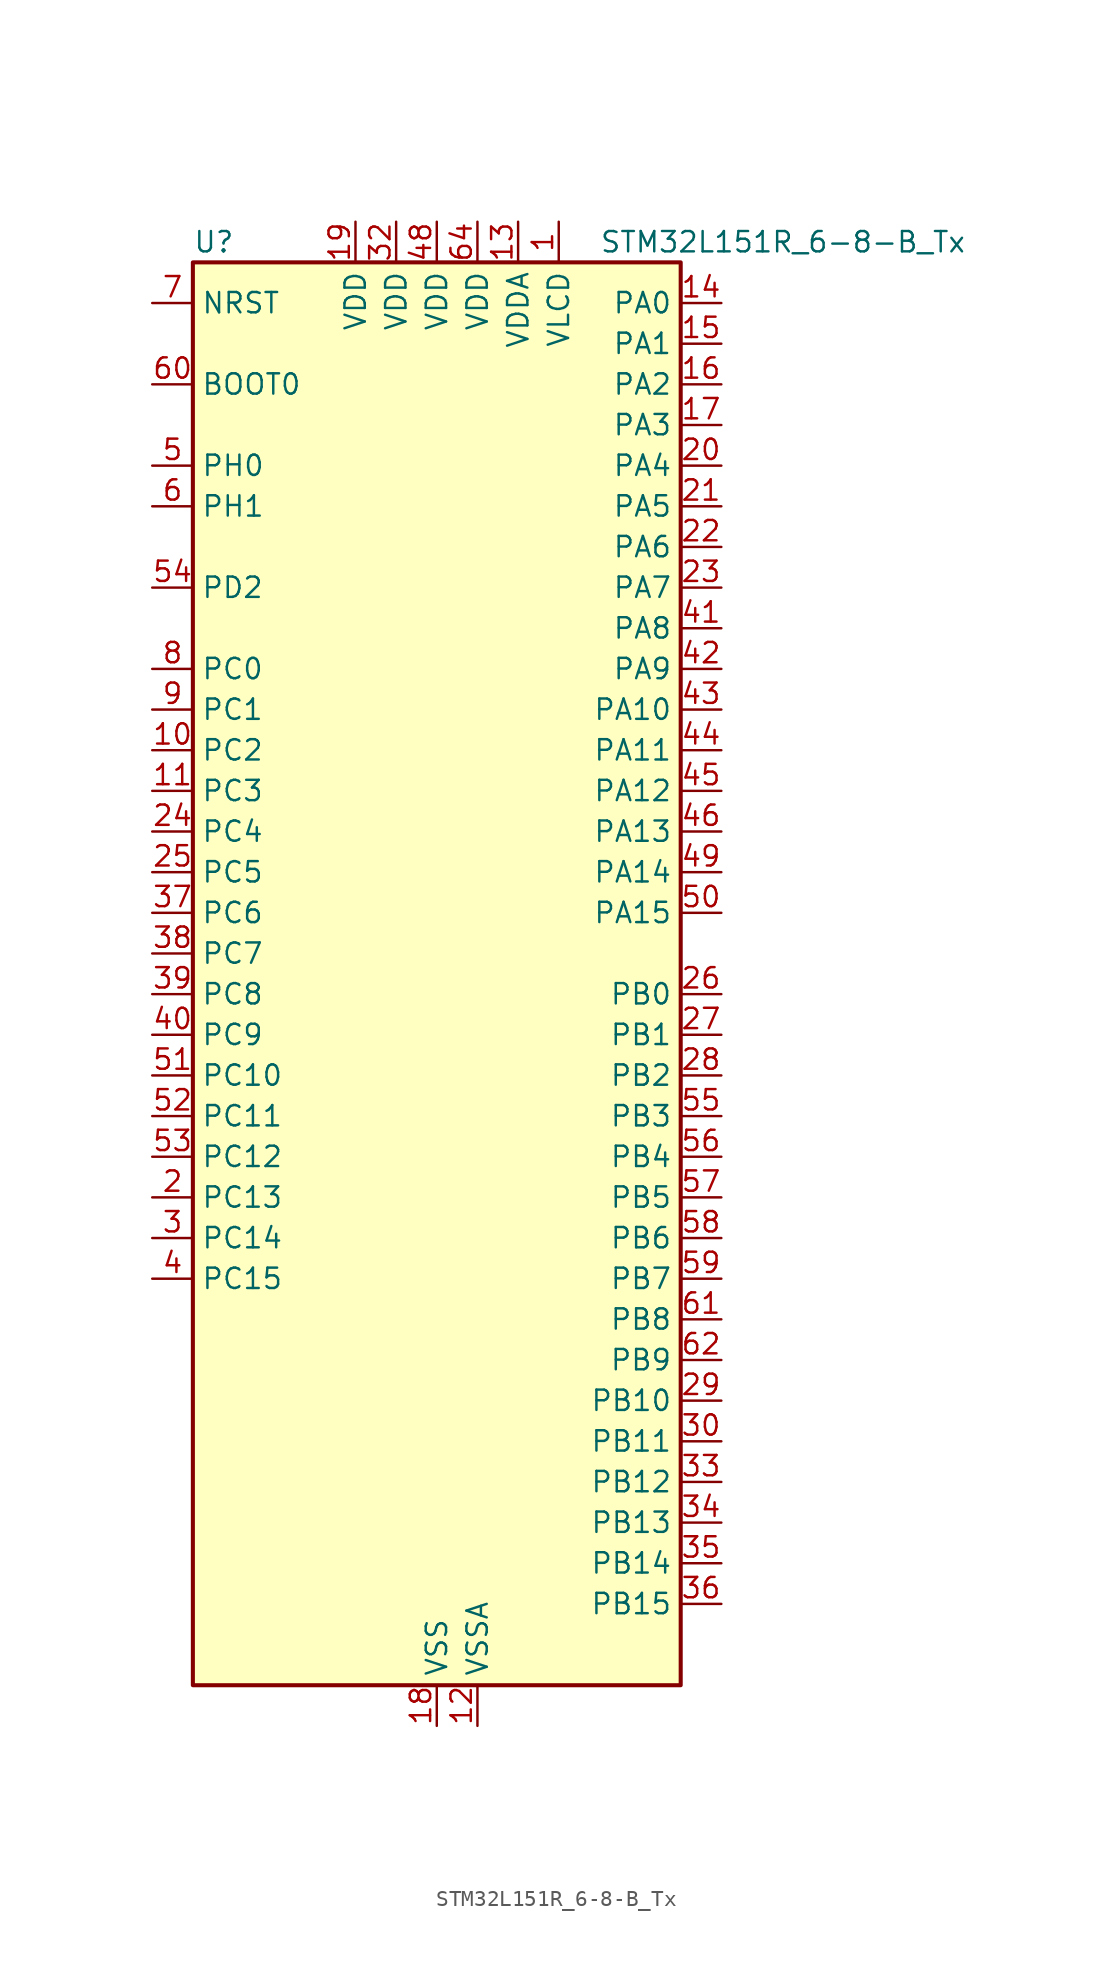
<source format=kicad_sym>
(kicad_symbol_lib
  (version 20231120)
  (generator "kicad-library-utils")
  (generator_version "8.0")
  (symbol "STM32L151R_6-8-B_Tx"
    (property "Reference" "U"
      (at -15.24 46.99 0)
      (effects (font (size 1.27 1.27)) (justify left)))
    (property "Value" "STM32L151R_6-8-B_Tx"
      (at 10.16 46.99 0)
      (effects (font (size 1.27 1.27)) (justify left)))
    (symbol "STM32L151R_6-8-B_Tx_0_1"
      (rectangle (start -15.24 -43.18) (end 15.24 45.72) (stroke (width 0.254) (type default)) (fill (type background))))
    (symbol "STM32L151R_6-8-B_Tx_1_1"
      (pin power_in line (at 7.62 48.26 270) (length 2.54) (name "VLCD" (effects (font (size 1.27 1.27)))) (number "1" (effects (font (size 1.27 1.27)))))
      (pin bidirectional line (at -17.78 15.24 0) (length 2.54) (name "PC2" (effects (font (size 1.27 1.27)))) (number "10" (effects (font (size 1.27 1.27)))) (alternate "ADC_IN12" bidirectional line) (alternate "COMP1_INP" bidirectional line) (alternate "TIMX_IC3" bidirectional line) (alternate "TS_G8_IO3" bidirectional line))
      (pin bidirectional line (at -17.78 12.7 0) (length 2.54) (name "PC3" (effects (font (size 1.27 1.27)))) (number "11" (effects (font (size 1.27 1.27)))) (alternate "ADC_IN13" bidirectional line) (alternate "COMP1_INP" bidirectional line) (alternate "TIMX_IC4" bidirectional line) (alternate "TS_G8_IO4" bidirectional line))
      (pin power_in line (at 2.54 -45.72 90) (length 2.54) (name "VSSA" (effects (font (size 1.27 1.27)))) (number "12" (effects (font (size 1.27 1.27)))))
      (pin power_in line (at 5.08 48.26 270) (length 2.54) (name "VDDA" (effects (font (size 1.27 1.27)))) (number "13" (effects (font (size 1.27 1.27)))))
      (pin bidirectional line (at 17.78 43.18 180) (length 2.54) (name "PA0" (effects (font (size 1.27 1.27)))) (number "14" (effects (font (size 1.27 1.27)))) (alternate "ADC_IN0" bidirectional line) (alternate "COMP1_INP" bidirectional line) (alternate "SYS_WKUP1" bidirectional line) (alternate "TIM2_CH1" bidirectional line) (alternate "TIM2_ETR" bidirectional line) (alternate "TIMX_IC1" bidirectional line) (alternate "TS_G1_IO1" bidirectional line) (alternate "USART2_CTS" bidirectional line))
      (pin bidirectional line (at 17.78 40.64 180) (length 2.54) (name "PA1" (effects (font (size 1.27 1.27)))) (number "15" (effects (font (size 1.27 1.27)))) (alternate "ADC_IN1" bidirectional line) (alternate "COMP1_INP" bidirectional line) (alternate "TIM2_CH2" bidirectional line) (alternate "TIMX_IC2" bidirectional line) (alternate "TS_G1_IO2" bidirectional line) (alternate "USART2_RTS" bidirectional line))
      (pin bidirectional line (at 17.78 38.1 180) (length 2.54) (name "PA2" (effects (font (size 1.27 1.27)))) (number "16" (effects (font (size 1.27 1.27)))) (alternate "ADC_IN2" bidirectional line) (alternate "COMP1_INP" bidirectional line) (alternate "TIM2_CH3" bidirectional line) (alternate "TIM9_CH1" bidirectional line) (alternate "TIMX_IC3" bidirectional line) (alternate "TS_G1_IO3" bidirectional line) (alternate "USART2_TX" bidirectional line))
      (pin bidirectional line (at 17.78 35.56 180) (length 2.54) (name "PA3" (effects (font (size 1.27 1.27)))) (number "17" (effects (font (size 1.27 1.27)))) (alternate "ADC_IN3" bidirectional line) (alternate "COMP1_INP" bidirectional line) (alternate "TIM2_CH4" bidirectional line) (alternate "TIM9_CH2" bidirectional line) (alternate "TIMX_IC4" bidirectional line) (alternate "TS_G1_IO4" bidirectional line) (alternate "USART2_RX" bidirectional line))
      (pin power_in line (at 0 -45.72 90) (length 2.54) (name "VSS" (effects (font (size 1.27 1.27)))) (number "18" (effects (font (size 1.27 1.27)))))
      (pin power_in line (at -5.08 48.26 270) (length 2.54) (name "VDD" (effects (font (size 1.27 1.27)))) (number "19" (effects (font (size 1.27 1.27)))))
      (pin bidirectional line (at -17.78 -12.7 0) (length 2.54) (name "PC13" (effects (font (size 1.27 1.27)))) (number "2" (effects (font (size 1.27 1.27)))) (alternate "RTC_OUT_ALARM" bidirectional line) (alternate "RTC_OUT_CALIB" bidirectional line) (alternate "RTC_TAMP1" bidirectional line) (alternate "RTC_TS" bidirectional line) (alternate "SYS_WKUP2" bidirectional line) (alternate "TIMX_IC2" bidirectional line))
      (pin bidirectional line (at 17.78 33.02 180) (length 2.54) (name "PA4" (effects (font (size 1.27 1.27)))) (number "20" (effects (font (size 1.27 1.27)))) (alternate "ADC_IN4" bidirectional line) (alternate "COMP1_INP" bidirectional line) (alternate "DAC_OUT1" bidirectional line) (alternate "SPI1_NSS" bidirectional line) (alternate "TIMX_IC1" bidirectional line) (alternate "USART2_CK" bidirectional line))
      (pin bidirectional line (at 17.78 30.48 180) (length 2.54) (name "PA5" (effects (font (size 1.27 1.27)))) (number "21" (effects (font (size 1.27 1.27)))) (alternate "ADC_IN5" bidirectional line) (alternate "COMP1_INP" bidirectional line) (alternate "DAC_OUT2" bidirectional line) (alternate "SPI1_SCK" bidirectional line) (alternate "TIM2_CH1" bidirectional line) (alternate "TIM2_ETR" bidirectional line) (alternate "TIMX_IC2" bidirectional line))
      (pin bidirectional line (at 17.78 27.94 180) (length 2.54) (name "PA6" (effects (font (size 1.27 1.27)))) (number "22" (effects (font (size 1.27 1.27)))) (alternate "ADC_IN6" bidirectional line) (alternate "COMP1_INP" bidirectional line) (alternate "SPI1_MISO" bidirectional line) (alternate "TIM10_CH1" bidirectional line) (alternate "TIM3_CH1" bidirectional line) (alternate "TIMX_IC3" bidirectional line) (alternate "TS_G2_IO1" bidirectional line))
      (pin bidirectional line (at 17.78 25.4 180) (length 2.54) (name "PA7" (effects (font (size 1.27 1.27)))) (number "23" (effects (font (size 1.27 1.27)))) (alternate "ADC_IN7" bidirectional line) (alternate "COMP1_INP" bidirectional line) (alternate "SPI1_MOSI" bidirectional line) (alternate "TIM11_CH1" bidirectional line) (alternate "TIM3_CH2" bidirectional line) (alternate "TIMX_IC4" bidirectional line) (alternate "TS_G2_IO2" bidirectional line))
      (pin bidirectional line (at -17.78 10.16 0) (length 2.54) (name "PC4" (effects (font (size 1.27 1.27)))) (number "24" (effects (font (size 1.27 1.27)))) (alternate "ADC_IN14" bidirectional line) (alternate "COMP1_INP" bidirectional line) (alternate "TIMX_IC1" bidirectional line) (alternate "TS_G9_IO1" bidirectional line))
      (pin bidirectional line (at -17.78 7.62 0) (length 2.54) (name "PC5" (effects (font (size 1.27 1.27)))) (number "25" (effects (font (size 1.27 1.27)))) (alternate "ADC_IN15" bidirectional line) (alternate "COMP1_INP" bidirectional line) (alternate "TIMX_IC2" bidirectional line) (alternate "TS_G9_IO2" bidirectional line))
      (pin bidirectional line (at 17.78 0 180) (length 2.54) (name "PB0" (effects (font (size 1.27 1.27)))) (number "26" (effects (font (size 1.27 1.27)))) (alternate "ADC_IN8" bidirectional line) (alternate "COMP1_INP" bidirectional line) (alternate "SYS_V_REF_OUT" bidirectional line) (alternate "TIM3_CH3" bidirectional line) (alternate "TS_G3_IO1" bidirectional line))
      (pin bidirectional line (at 17.78 -2.54 180) (length 2.54) (name "PB1" (effects (font (size 1.27 1.27)))) (number "27" (effects (font (size 1.27 1.27)))) (alternate "ADC_IN9" bidirectional line) (alternate "COMP1_INP" bidirectional line) (alternate "SYS_V_REF_OUT" bidirectional line) (alternate "TIM3_CH4" bidirectional line) (alternate "TS_G3_IO2" bidirectional line))
      (pin bidirectional line (at 17.78 -5.08 180) (length 2.54) (name "PB2" (effects (font (size 1.27 1.27)))) (number "28" (effects (font (size 1.27 1.27)))))
      (pin bidirectional line (at 17.78 -25.4 180) (length 2.54) (name "PB10" (effects (font (size 1.27 1.27)))) (number "29" (effects (font (size 1.27 1.27)))) (alternate "I2C2_SCL" bidirectional line) (alternate "TIM2_CH3" bidirectional line) (alternate "USART3_TX" bidirectional line))
      (pin bidirectional line (at -17.78 -15.24 0) (length 2.54) (name "PC14" (effects (font (size 1.27 1.27)))) (number "3" (effects (font (size 1.27 1.27)))) (alternate "RCC_OSC32_IN" bidirectional line) (alternate "TIMX_IC3" bidirectional line))
      (pin bidirectional line (at 17.78 -27.94 180) (length 2.54) (name "PB11" (effects (font (size 1.27 1.27)))) (number "30" (effects (font (size 1.27 1.27)))) (alternate "ADC_EXTI11" bidirectional line) (alternate "I2C2_SDA" bidirectional line) (alternate "TIM2_CH4" bidirectional line) (alternate "USART3_RX" bidirectional line))
      (pin passive line (at 0 -45.72 90) (length 2.54) hide (name "VSS" (effects (font (size 1.27 1.27)))) (number "31" (effects (font (size 1.27 1.27)))))
      (pin power_in line (at -2.54 48.26 270) (length 2.54) (name "VDD" (effects (font (size 1.27 1.27)))) (number "32" (effects (font (size 1.27 1.27)))))
      (pin bidirectional line (at 17.78 -30.48 180) (length 2.54) (name "PB12" (effects (font (size 1.27 1.27)))) (number "33" (effects (font (size 1.27 1.27)))) (alternate "ADC_IN18" bidirectional line) (alternate "COMP1_INP" bidirectional line) (alternate "I2C2_SMBA" bidirectional line) (alternate "SPI2_NSS" bidirectional line) (alternate "TIM10_CH1" bidirectional line) (alternate "TS_G7_IO1" bidirectional line) (alternate "USART3_CK" bidirectional line))
      (pin bidirectional line (at 17.78 -33.02 180) (length 2.54) (name "PB13" (effects (font (size 1.27 1.27)))) (number "34" (effects (font (size 1.27 1.27)))) (alternate "ADC_IN19" bidirectional line) (alternate "COMP1_INP" bidirectional line) (alternate "SPI2_SCK" bidirectional line) (alternate "TIM9_CH1" bidirectional line) (alternate "TS_G7_IO2" bidirectional line) (alternate "USART3_CTS" bidirectional line))
      (pin bidirectional line (at 17.78 -35.56 180) (length 2.54) (name "PB14" (effects (font (size 1.27 1.27)))) (number "35" (effects (font (size 1.27 1.27)))) (alternate "ADC_IN20" bidirectional line) (alternate "COMP1_INP" bidirectional line) (alternate "SPI2_MISO" bidirectional line) (alternate "TIM9_CH2" bidirectional line) (alternate "TS_G7_IO3" bidirectional line) (alternate "USART3_RTS" bidirectional line))
      (pin bidirectional line (at 17.78 -38.1 180) (length 2.54) (name "PB15" (effects (font (size 1.27 1.27)))) (number "36" (effects (font (size 1.27 1.27)))) (alternate "ADC_EXTI15" bidirectional line) (alternate "ADC_IN21" bidirectional line) (alternate "COMP1_INP" bidirectional line) (alternate "RTC_REFIN" bidirectional line) (alternate "SPI2_MOSI" bidirectional line) (alternate "TIM11_CH1" bidirectional line) (alternate "TS_G7_IO4" bidirectional line))
      (pin bidirectional line (at -17.78 5.08 0) (length 2.54) (name "PC6" (effects (font (size 1.27 1.27)))) (number "37" (effects (font (size 1.27 1.27)))) (alternate "TIM3_CH1" bidirectional line) (alternate "TIMX_IC3" bidirectional line) (alternate "TS_G10_IO1" bidirectional line))
      (pin bidirectional line (at -17.78 2.54 0) (length 2.54) (name "PC7" (effects (font (size 1.27 1.27)))) (number "38" (effects (font (size 1.27 1.27)))) (alternate "TIM3_CH2" bidirectional line) (alternate "TIMX_IC4" bidirectional line) (alternate "TS_G10_IO2" bidirectional line))
      (pin bidirectional line (at -17.78 0 0) (length 2.54) (name "PC8" (effects (font (size 1.27 1.27)))) (number "39" (effects (font (size 1.27 1.27)))) (alternate "TIM3_CH3" bidirectional line) (alternate "TIMX_IC1" bidirectional line) (alternate "TS_G10_IO3" bidirectional line))
      (pin bidirectional line (at -17.78 -17.78 0) (length 2.54) (name "PC15" (effects (font (size 1.27 1.27)))) (number "4" (effects (font (size 1.27 1.27)))) (alternate "ADC_EXTI15" bidirectional line) (alternate "RCC_OSC32_OUT" bidirectional line) (alternate "TIMX_IC4" bidirectional line))
      (pin bidirectional line (at -17.78 -2.54 0) (length 2.54) (name "PC9" (effects (font (size 1.27 1.27)))) (number "40" (effects (font (size 1.27 1.27)))) (alternate "DAC_EXTI9" bidirectional line) (alternate "TIM3_CH4" bidirectional line) (alternate "TIMX_IC2" bidirectional line) (alternate "TS_G10_IO4" bidirectional line))
      (pin bidirectional line (at 17.78 22.86 180) (length 2.54) (name "PA8" (effects (font (size 1.27 1.27)))) (number "41" (effects (font (size 1.27 1.27)))) (alternate "RCC_MCO" bidirectional line) (alternate "TIMX_IC1" bidirectional line) (alternate "TS_G4_IO1" bidirectional line) (alternate "USART1_CK" bidirectional line))
      (pin bidirectional line (at 17.78 20.32 180) (length 2.54) (name "PA9" (effects (font (size 1.27 1.27)))) (number "42" (effects (font (size 1.27 1.27)))) (alternate "DAC_EXTI9" bidirectional line) (alternate "TIMX_IC2" bidirectional line) (alternate "TS_G4_IO2" bidirectional line) (alternate "USART1_TX" bidirectional line))
      (pin bidirectional line (at 17.78 17.78 180) (length 2.54) (name "PA10" (effects (font (size 1.27 1.27)))) (number "43" (effects (font (size 1.27 1.27)))) (alternate "TIMX_IC3" bidirectional line) (alternate "TS_G4_IO3" bidirectional line) (alternate "USART1_RX" bidirectional line))
      (pin bidirectional line (at 17.78 15.24 180) (length 2.54) (name "PA11" (effects (font (size 1.27 1.27)))) (number "44" (effects (font (size 1.27 1.27)))) (alternate "ADC_EXTI11" bidirectional line) (alternate "SPI1_MISO" bidirectional line) (alternate "TIMX_IC4" bidirectional line) (alternate "USART1_CTS" bidirectional line) (alternate "USB_DM" bidirectional line))
      (pin bidirectional line (at 17.78 12.7 180) (length 2.54) (name "PA12" (effects (font (size 1.27 1.27)))) (number "45" (effects (font (size 1.27 1.27)))) (alternate "SPI1_MOSI" bidirectional line) (alternate "TIMX_IC1" bidirectional line) (alternate "USART1_RTS" bidirectional line) (alternate "USB_DP" bidirectional line))
      (pin bidirectional line (at 17.78 10.16 180) (length 2.54) (name "PA13" (effects (font (size 1.27 1.27)))) (number "46" (effects (font (size 1.27 1.27)))) (alternate "SYS_JTMS-SWDIO" bidirectional line) (alternate "TIMX_IC2" bidirectional line) (alternate "TS_G5_IO1" bidirectional line))
      (pin passive line (at 0 -45.72 90) (length 2.54) hide (name "VSS" (effects (font (size 1.27 1.27)))) (number "47" (effects (font (size 1.27 1.27)))))
      (pin power_in line (at 0 48.26 270) (length 2.54) (name "VDD" (effects (font (size 1.27 1.27)))) (number "48" (effects (font (size 1.27 1.27)))))
      (pin bidirectional line (at 17.78 7.62 180) (length 2.54) (name "PA14" (effects (font (size 1.27 1.27)))) (number "49" (effects (font (size 1.27 1.27)))) (alternate "SYS_JTCK-SWCLK" bidirectional line) (alternate "TIMX_IC3" bidirectional line) (alternate "TS_G5_IO2" bidirectional line))
      (pin bidirectional line (at -17.78 33.02 0) (length 2.54) (name "PH0" (effects (font (size 1.27 1.27)))) (number "5" (effects (font (size 1.27 1.27)))) (alternate "RCC_OSC_IN" bidirectional line))
      (pin bidirectional line (at 17.78 5.08 180) (length 2.54) (name "PA15" (effects (font (size 1.27 1.27)))) (number "50" (effects (font (size 1.27 1.27)))) (alternate "ADC_EXTI15" bidirectional line) (alternate "SPI1_NSS" bidirectional line) (alternate "SYS_JTDI" bidirectional line) (alternate "TIM2_CH1" bidirectional line) (alternate "TIM2_ETR" bidirectional line) (alternate "TIMX_IC4" bidirectional line) (alternate "TS_G5_IO3" bidirectional line))
      (pin bidirectional line (at -17.78 -5.08 0) (length 2.54) (name "PC10" (effects (font (size 1.27 1.27)))) (number "51" (effects (font (size 1.27 1.27)))) (alternate "TIMX_IC3" bidirectional line) (alternate "USART3_TX" bidirectional line))
      (pin bidirectional line (at -17.78 -7.62 0) (length 2.54) (name "PC11" (effects (font (size 1.27 1.27)))) (number "52" (effects (font (size 1.27 1.27)))) (alternate "ADC_EXTI11" bidirectional line) (alternate "TIMX_IC4" bidirectional line) (alternate "USART3_RX" bidirectional line))
      (pin bidirectional line (at -17.78 -10.16 0) (length 2.54) (name "PC12" (effects (font (size 1.27 1.27)))) (number "53" (effects (font (size 1.27 1.27)))) (alternate "TIMX_IC1" bidirectional line) (alternate "USART3_CK" bidirectional line))
      (pin bidirectional line (at -17.78 25.4 0) (length 2.54) (name "PD2" (effects (font (size 1.27 1.27)))) (number "54" (effects (font (size 1.27 1.27)))) (alternate "TIM3_ETR" bidirectional line) (alternate "TIMX_IC3" bidirectional line))
      (pin bidirectional line (at 17.78 -7.62 180) (length 2.54) (name "PB3" (effects (font (size 1.27 1.27)))) (number "55" (effects (font (size 1.27 1.27)))) (alternate "COMP2_INM" bidirectional line) (alternate "SPI1_SCK" bidirectional line) (alternate "SYS_JTDO-TRACESWO" bidirectional line) (alternate "TIM2_CH2" bidirectional line))
      (pin bidirectional line (at 17.78 -10.16 180) (length 2.54) (name "PB4" (effects (font (size 1.27 1.27)))) (number "56" (effects (font (size 1.27 1.27)))) (alternate "COMP2_INP" bidirectional line) (alternate "SPI1_MISO" bidirectional line) (alternate "SYS_JTRST" bidirectional line) (alternate "TIM3_CH1" bidirectional line) (alternate "TS_G6_IO1" bidirectional line))
      (pin bidirectional line (at 17.78 -12.7 180) (length 2.54) (name "PB5" (effects (font (size 1.27 1.27)))) (number "57" (effects (font (size 1.27 1.27)))) (alternate "COMP2_INP" bidirectional line) (alternate "I2C1_SMBA" bidirectional line) (alternate "SPI1_MOSI" bidirectional line) (alternate "TIM3_CH2" bidirectional line) (alternate "TS_G6_IO2" bidirectional line))
      (pin bidirectional line (at 17.78 -15.24 180) (length 2.54) (name "PB6" (effects (font (size 1.27 1.27)))) (number "58" (effects (font (size 1.27 1.27)))) (alternate "I2C1_SCL" bidirectional line) (alternate "TIM4_CH1" bidirectional line) (alternate "USART1_TX" bidirectional line))
      (pin bidirectional line (at 17.78 -17.78 180) (length 2.54) (name "PB7" (effects (font (size 1.27 1.27)))) (number "59" (effects (font (size 1.27 1.27)))) (alternate "I2C1_SDA" bidirectional line) (alternate "SYS_PVD_IN" bidirectional line) (alternate "TIM4_CH2" bidirectional line) (alternate "USART1_RX" bidirectional line))
      (pin bidirectional line (at -17.78 30.48 0) (length 2.54) (name "PH1" (effects (font (size 1.27 1.27)))) (number "6" (effects (font (size 1.27 1.27)))) (alternate "RCC_OSC_OUT" bidirectional line))
      (pin input line (at -17.78 38.1 0) (length 2.54) (name "BOOT0" (effects (font (size 1.27 1.27)))) (number "60" (effects (font (size 1.27 1.27)))))
      (pin bidirectional line (at 17.78 -20.32 180) (length 2.54) (name "PB8" (effects (font (size 1.27 1.27)))) (number "61" (effects (font (size 1.27 1.27)))) (alternate "I2C1_SCL" bidirectional line) (alternate "TIM10_CH1" bidirectional line) (alternate "TIM4_CH3" bidirectional line))
      (pin bidirectional line (at 17.78 -22.86 180) (length 2.54) (name "PB9" (effects (font (size 1.27 1.27)))) (number "62" (effects (font (size 1.27 1.27)))) (alternate "DAC_EXTI9" bidirectional line) (alternate "I2C1_SDA" bidirectional line) (alternate "TIM11_CH1" bidirectional line) (alternate "TIM4_CH4" bidirectional line))
      (pin passive line (at 0 -45.72 90) (length 2.54) hide (name "VSS" (effects (font (size 1.27 1.27)))) (number "63" (effects (font (size 1.27 1.27)))))
      (pin power_in line (at 2.54 48.26 270) (length 2.54) (name "VDD" (effects (font (size 1.27 1.27)))) (number "64" (effects (font (size 1.27 1.27)))))
      (pin input line (at -17.78 43.18 0) (length 2.54) (name "NRST" (effects (font (size 1.27 1.27)))) (number "7" (effects (font (size 1.27 1.27)))))
      (pin bidirectional line (at -17.78 20.32 0) (length 2.54) (name "PC0" (effects (font (size 1.27 1.27)))) (number "8" (effects (font (size 1.27 1.27)))) (alternate "ADC_IN10" bidirectional line) (alternate "COMP1_INP" bidirectional line) (alternate "TIMX_IC1" bidirectional line) (alternate "TS_G8_IO1" bidirectional line))
      (pin bidirectional line (at -17.78 17.78 0) (length 2.54) (name "PC1" (effects (font (size 1.27 1.27)))) (number "9" (effects (font (size 1.27 1.27)))) (alternate "ADC_IN11" bidirectional line) (alternate "COMP1_INP" bidirectional line) (alternate "TIMX_IC2" bidirectional line) (alternate "TS_G8_IO2" bidirectional line)))))
</source>
